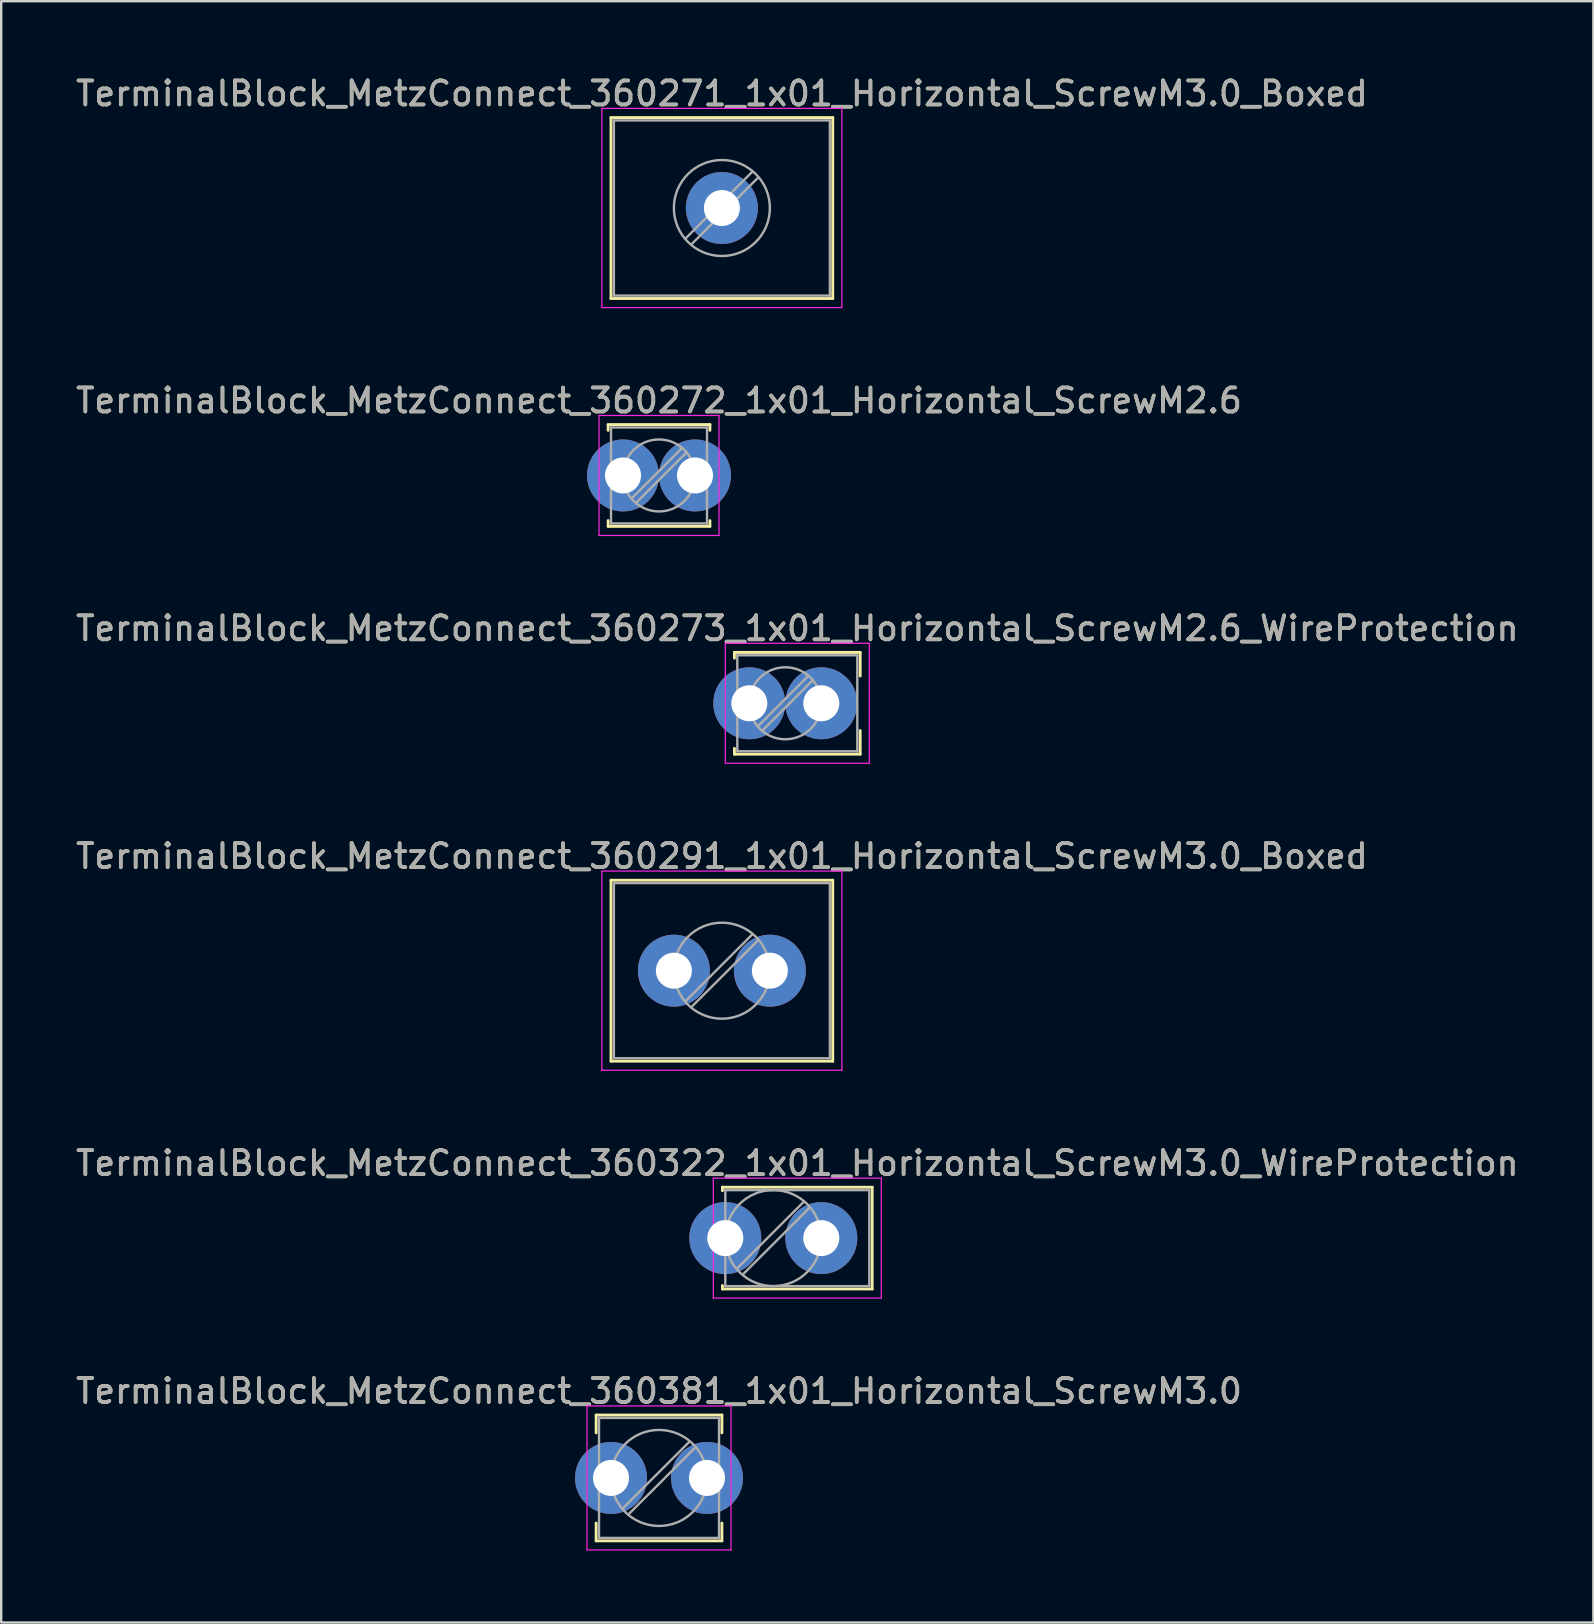
<source format=kicad_pcb>
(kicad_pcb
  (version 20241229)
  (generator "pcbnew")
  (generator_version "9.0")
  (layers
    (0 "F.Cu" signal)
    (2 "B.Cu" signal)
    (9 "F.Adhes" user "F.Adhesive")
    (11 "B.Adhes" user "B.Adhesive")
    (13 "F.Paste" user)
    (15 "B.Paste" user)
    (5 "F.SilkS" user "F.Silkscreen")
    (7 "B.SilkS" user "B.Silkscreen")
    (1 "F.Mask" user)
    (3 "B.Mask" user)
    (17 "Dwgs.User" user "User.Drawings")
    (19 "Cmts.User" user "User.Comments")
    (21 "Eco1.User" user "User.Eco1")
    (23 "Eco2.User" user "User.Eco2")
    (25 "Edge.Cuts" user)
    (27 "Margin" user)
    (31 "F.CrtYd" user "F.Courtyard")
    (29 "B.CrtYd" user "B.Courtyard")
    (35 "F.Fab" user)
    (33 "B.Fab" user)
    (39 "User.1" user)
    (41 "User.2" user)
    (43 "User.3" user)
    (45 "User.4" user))
  (footprint "TerminalBlock_MetzConnect_360322_1x01_Horizontal_ScrewM3.0_WireProtection"
    (layer "F.Cu")
    (at 27.173 48.541)
    (property "Reference" "TerminalBlock_MetzConnect_360322_1x01_Horizontal_ScrewM3.0_WireProtection" (at 3 -3.12 0) (layer "F.SilkS") (effects (font (size 1 1) (thickness 0.15))))
    (attr through_hole)
    (fp_line (start -0.12 -2.12) (end -0.12 -1.976) (stroke (width 0.12) (type solid)) (layer "F.SilkS"))
    (fp_line (start -0.12 -2.12) (end 6.12 -2.12) (stroke (width 0.12) (type solid)) (layer "F.SilkS"))
    (fp_line (start -0.12 1.976) (end -0.12 2.12) (stroke (width 0.12) (type solid)) (layer "F.SilkS"))
    (fp_line (start -0.12 2.12) (end 6.12 2.12) (stroke (width 0.12) (type solid)) (layer "F.SilkS"))
    (fp_line (start 6.12 -2.12) (end 6.12 2.12) (stroke (width 0.12) (type solid)) (layer "F.SilkS"))
    (fp_line (start -0.5 -2.5) (end -0.5 2.5) (stroke (width 0.05) (type solid)) (layer "F.CrtYd"))
    (fp_line (start -0.5 2.5) (end 6.5 2.5) (stroke (width 0.05) (type solid)) (layer "F.CrtYd"))
    (fp_line (start 6.5 -2.5) (end -0.5 -2.5) (stroke (width 0.05) (type solid)) (layer "F.CrtYd"))
    (fp_line (start 6.5 2.5) (end 6.5 -2.5) (stroke (width 0.05) (type solid)) (layer "F.CrtYd"))
    (fp_line (start 0 -2) (end 0 2) (stroke (width 0.1) (type solid)) (layer "F.Fab"))
    (fp_line (start 0 -2) (end 6 -2) (stroke (width 0.1) (type solid)) (layer "F.Fab"))
    (fp_line (start 0 2) (end 6 2) (stroke (width 0.1) (type solid)) (layer "F.Fab"))
    (fp_line (start 3.273 -1.517) (end 0.483 1.273) (stroke (width 0.1) (type solid)) (layer "F.Fab"))
    (fp_line (start 3.517 -1.273) (end 0.727 1.517) (stroke (width 0.1) (type solid)) (layer "F.Fab"))
    (fp_line (start 6 -2) (end 6 2) (stroke (width 0.1) (type solid)) (layer "F.Fab"))
    (fp_circle (center 2 0) (end 4 0) (stroke (width 0.1) (type solid)) (fill no) (layer "F.Fab"))
    (fp_text user "${REFERENCE}" (at 3 -3.12 0) (layer "F.Fab") (effects (font (size 1 1) (thickness 0.15))))
    (pad "1" thru_hole circle (at 0 0) (size 3 3) (drill 1.5) (layers "*.Cu" "*.Mask"))
    (pad "1" thru_hole circle (at 4 0) (size 3 3) (drill 1.5) (layers "*.Cu" "*.Mask")))
  (footprint "TerminalBlock_MetzConnect_360291_1x01_Horizontal_ScrewM3.0_Boxed"
    (layer "F.Cu")
    (at 25.03 37.398)
    (property "Reference" "TerminalBlock_MetzConnect_360291_1x01_Horizontal_ScrewM3.0_Boxed" (at 2 -4.77 0) (layer "F.SilkS") (effects (font (size 1 1) (thickness 0.15))))
    (attr through_hole)
    (fp_line (start -2.62 -3.77) (end -2.62 3.77) (stroke (width 0.12) (type solid)) (layer "F.SilkS"))
    (fp_line (start -2.62 -3.77) (end 6.62 -3.77) (stroke (width 0.12) (type solid)) (layer "F.SilkS"))
    (fp_line (start -2.62 3.77) (end 6.62 3.77) (stroke (width 0.12) (type solid)) (layer "F.SilkS"))
    (fp_line (start 6.62 -3.77) (end 6.62 3.77) (stroke (width 0.12) (type solid)) (layer "F.SilkS"))
    (fp_line (start -3 -4.15) (end -3 4.15) (stroke (width 0.05) (type solid)) (layer "F.CrtYd"))
    (fp_line (start -3 4.15) (end 7 4.15) (stroke (width 0.05) (type solid)) (layer "F.CrtYd"))
    (fp_line (start 7 -4.15) (end -3 -4.15) (stroke (width 0.05) (type solid)) (layer "F.CrtYd"))
    (fp_line (start 7 4.15) (end 7 -4.15) (stroke (width 0.05) (type solid)) (layer "F.CrtYd"))
    (fp_line (start -2.5 -3.65) (end -2.5 3.65) (stroke (width 0.1) (type solid)) (layer "F.Fab"))
    (fp_line (start -2.5 -3.65) (end 6.5 -3.65) (stroke (width 0.1) (type solid)) (layer "F.Fab"))
    (fp_line (start -2.5 3.65) (end 6.5 3.65) (stroke (width 0.1) (type solid)) (layer "F.Fab"))
    (fp_line (start 3.273 -1.517) (end 0.483 1.273) (stroke (width 0.1) (type solid)) (layer "F.Fab"))
    (fp_line (start 3.517 -1.273) (end 0.727 1.517) (stroke (width 0.1) (type solid)) (layer "F.Fab"))
    (fp_line (start 6.5 -3.65) (end 6.5 3.65) (stroke (width 0.1) (type solid)) (layer "F.Fab"))
    (fp_circle (center 2 0) (end 4 0) (stroke (width 0.1) (type solid)) (fill no) (layer "F.Fab"))
    (fp_text user "${REFERENCE}" (at 2 -4.77 0) (layer "F.Fab") (effects (font (size 1 1) (thickness 0.15))))
    (pad "1" thru_hole circle (at 0 0) (size 3 3) (drill 1.5) (layers "*.Cu" "*.Mask"))
    (pad "1" thru_hole circle (at 4 0) (size 3 3) (drill 1.5) (layers "*.Cu" "*.Mask")))
  (footprint "TerminalBlock_MetzConnect_360381_1x01_Horizontal_ScrewM3.0"
    (layer "F.Cu")
    (at 22.411 58.535)
    (property "Reference" "TerminalBlock_MetzConnect_360381_1x01_Horizontal_ScrewM3.0" (at 2 -3.62 0) (layer "F.SilkS") (effects (font (size 1 1) (thickness 0.15))))
    (attr through_hole)
    (fp_line (start -0.62 -2.62) (end -0.62 -1.88) (stroke (width 0.12) (type solid)) (layer "F.SilkS"))
    (fp_line (start -0.62 -2.62) (end 4.62 -2.62) (stroke (width 0.12) (type solid)) (layer "F.SilkS"))
    (fp_line (start -0.62 1.88) (end -0.62 2.62) (stroke (width 0.12) (type solid)) (layer "F.SilkS"))
    (fp_line (start -0.62 2.62) (end 4.62 2.62) (stroke (width 0.12) (type solid)) (layer "F.SilkS"))
    (fp_line (start 4.62 -2.62) (end 4.62 -1.88) (stroke (width 0.12) (type solid)) (layer "F.SilkS"))
    (fp_line (start 4.62 1.88) (end 4.62 2.62) (stroke (width 0.12) (type solid)) (layer "F.SilkS"))
    (fp_line (start -1 -3) (end -1 3) (stroke (width 0.05) (type solid)) (layer "F.CrtYd"))
    (fp_line (start -1 3) (end 5 3) (stroke (width 0.05) (type solid)) (layer "F.CrtYd"))
    (fp_line (start 5 -3) (end -1 -3) (stroke (width 0.05) (type solid)) (layer "F.CrtYd"))
    (fp_line (start 5 3) (end 5 -3) (stroke (width 0.05) (type solid)) (layer "F.CrtYd"))
    (fp_line (start -0.5 -2.5) (end -0.5 2.5) (stroke (width 0.1) (type solid)) (layer "F.Fab"))
    (fp_line (start -0.5 -2.5) (end 4.5 -2.5) (stroke (width 0.1) (type solid)) (layer "F.Fab"))
    (fp_line (start -0.5 2.5) (end 4.5 2.5) (stroke (width 0.1) (type solid)) (layer "F.Fab"))
    (fp_line (start 3.273 -1.517) (end 0.483 1.273) (stroke (width 0.1) (type solid)) (layer "F.Fab"))
    (fp_line (start 3.517 -1.273) (end 0.727 1.517) (stroke (width 0.1) (type solid)) (layer "F.Fab"))
    (fp_line (start 4.5 -2.5) (end 4.5 2.5) (stroke (width 0.1) (type solid)) (layer "F.Fab"))
    (fp_circle (center 2 0) (end 4 0) (stroke (width 0.1) (type solid)) (fill no) (layer "F.Fab"))
    (fp_text user "${REFERENCE}" (at 2 -3.62 0) (layer "F.Fab") (effects (font (size 1 1) (thickness 0.15))))
    (pad "1" thru_hole circle (at 0 0) (size 3 3) (drill 1.5) (layers "*.Cu" "*.Mask"))
    (pad "1" thru_hole circle (at 4 0) (size 3 3) (drill 1.5) (layers "*.Cu" "*.Mask")))
  (footprint "TerminalBlock_MetzConnect_360271_1x01_Horizontal_ScrewM3.0_Boxed"
    (layer "F.Cu")
    (at 27.03 5.618)
    (property "Reference" "TerminalBlock_MetzConnect_360271_1x01_Horizontal_ScrewM3.0_Boxed" (at 0 -4.77 0) (layer "F.SilkS") (effects (font (size 1 1) (thickness 0.15))))
    (attr through_hole)
    (fp_line (start -4.62 -3.77) (end -4.62 3.77) (stroke (width 0.12) (type solid)) (layer "F.SilkS"))
    (fp_line (start -4.62 -3.77) (end 4.62 -3.77) (stroke (width 0.12) (type solid)) (layer "F.SilkS"))
    (fp_line (start -4.62 3.77) (end 4.62 3.77) (stroke (width 0.12) (type solid)) (layer "F.SilkS"))
    (fp_line (start 4.62 -3.77) (end 4.62 3.77) (stroke (width 0.12) (type solid)) (layer "F.SilkS"))
    (fp_line (start -5 -4.15) (end -5 4.15) (stroke (width 0.05) (type solid)) (layer "F.CrtYd"))
    (fp_line (start -5 4.15) (end 5 4.15) (stroke (width 0.05) (type solid)) (layer "F.CrtYd"))
    (fp_line (start 5 -4.15) (end -5 -4.15) (stroke (width 0.05) (type solid)) (layer "F.CrtYd"))
    (fp_line (start 5 4.15) (end 5 -4.15) (stroke (width 0.05) (type solid)) (layer "F.CrtYd"))
    (fp_line (start -4.5 -3.65) (end -4.5 3.65) (stroke (width 0.1) (type solid)) (layer "F.Fab"))
    (fp_line (start -4.5 -3.65) (end 4.5 -3.65) (stroke (width 0.1) (type solid)) (layer "F.Fab"))
    (fp_line (start -4.5 3.65) (end 4.5 3.65) (stroke (width 0.1) (type solid)) (layer "F.Fab"))
    (fp_line (start 1.273 -1.517) (end -1.517 1.273) (stroke (width 0.1) (type solid)) (layer "F.Fab"))
    (fp_line (start 1.517 -1.273) (end -1.273 1.517) (stroke (width 0.1) (type solid)) (layer "F.Fab"))
    (fp_line (start 4.5 -3.65) (end 4.5 3.65) (stroke (width 0.1) (type solid)) (layer "F.Fab"))
    (fp_circle (center 0 0) (end 2 0) (stroke (width 0.1) (type solid)) (fill no) (layer "F.Fab"))
    (fp_text user "${REFERENCE}" (at 0 -4.77 0) (layer "F.Fab") (effects (font (size 1 1) (thickness 0.15))))
    (pad "1" thru_hole circle (at 0 0) (size 3 3) (drill 1.5) (layers "*.Cu" "*.Mask")))
  (footprint "TerminalBlock_MetzConnect_360272_1x01_Horizontal_ScrewM2.6"
    (layer "F.Cu")
    (at 22.911 16.762)
    (property "Reference" "TerminalBlock_MetzConnect_360272_1x01_Horizontal_ScrewM2.6" (at 1.5 -3.12 0) (layer "F.SilkS") (effects (font (size 1 1) (thickness 0.15))))
    (attr through_hole)
    (fp_line (start -0.62 -2.12) (end -0.62 -1.88) (stroke (width 0.12) (type solid)) (layer "F.SilkS"))
    (fp_line (start -0.62 -2.12) (end 3.62 -2.12) (stroke (width 0.12) (type solid)) (layer "F.SilkS"))
    (fp_line (start -0.62 1.88) (end -0.62 2.12) (stroke (width 0.12) (type solid)) (layer "F.SilkS"))
    (fp_line (start -0.62 2.12) (end 3.62 2.12) (stroke (width 0.12) (type solid)) (layer "F.SilkS"))
    (fp_line (start 3.62 -2.12) (end 3.62 -1.88) (stroke (width 0.12) (type solid)) (layer "F.SilkS"))
    (fp_line (start 3.62 1.88) (end 3.62 2.12) (stroke (width 0.12) (type solid)) (layer "F.SilkS"))
    (fp_line (start -1 -2.5) (end -1 2.5) (stroke (width 0.05) (type solid)) (layer "F.CrtYd"))
    (fp_line (start -1 2.5) (end 4 2.5) (stroke (width 0.05) (type solid)) (layer "F.CrtYd"))
    (fp_line (start 4 -2.5) (end -1 -2.5) (stroke (width 0.05) (type solid)) (layer "F.CrtYd"))
    (fp_line (start 4 2.5) (end 4 -2.5) (stroke (width 0.05) (type solid)) (layer "F.CrtYd"))
    (fp_line (start -0.5 -2) (end -0.5 2) (stroke (width 0.1) (type solid)) (layer "F.Fab"))
    (fp_line (start -0.5 -2) (end 3.5 -2) (stroke (width 0.1) (type solid)) (layer "F.Fab"))
    (fp_line (start -0.5 2) (end 3.5 2) (stroke (width 0.1) (type solid)) (layer "F.Fab"))
    (fp_line (start 2.455 -1.138) (end 0.362 0.955) (stroke (width 0.1) (type solid)) (layer "F.Fab"))
    (fp_line (start 2.638 -0.955) (end 0.545 1.138) (stroke (width 0.1) (type solid)) (layer "F.Fab"))
    (fp_line (start 3.5 -2) (end 3.5 2) (stroke (width 0.1) (type solid)) (layer "F.Fab"))
    (fp_circle (center 1.5 0) (end 3 0) (stroke (width 0.1) (type solid)) (fill no) (layer "F.Fab"))
    (fp_text user "${REFERENCE}" (at 1.5 -3.12 0) (layer "F.Fab") (effects (font (size 1 1) (thickness 0.15))))
    (pad "1" thru_hole circle (at 0 0) (size 3 3) (drill 1.5) (layers "*.Cu" "*.Mask"))
    (pad "1" thru_hole circle (at 3 0) (size 3 3) (drill 1.5) (layers "*.Cu" "*.Mask")))
  (footprint "TerminalBlock_MetzConnect_360273_1x01_Horizontal_ScrewM2.6_WireProtection"
    (layer "F.Cu")
    (at 28.173 26.255)
    (property "Reference" "TerminalBlock_MetzConnect_360273_1x01_Horizontal_ScrewM2.6_WireProtection" (at 2 -3.12 0) (layer "F.SilkS") (effects (font (size 1 1) (thickness 0.15))))
    (attr through_hole)
    (fp_line (start -0.62 -2.12) (end -0.62 -1.88) (stroke (width 0.12) (type solid)) (layer "F.SilkS"))
    (fp_line (start -0.62 -2.12) (end 4.62 -2.12) (stroke (width 0.12) (type solid)) (layer "F.SilkS"))
    (fp_line (start -0.62 1.88) (end -0.62 2.12) (stroke (width 0.12) (type solid)) (layer "F.SilkS"))
    (fp_line (start -0.62 2.12) (end 4.62 2.12) (stroke (width 0.12) (type solid)) (layer "F.SilkS"))
    (fp_line (start 4.62 -2.12) (end 4.62 -1.138) (stroke (width 0.12) (type solid)) (layer "F.SilkS"))
    (fp_line (start 4.62 1.138) (end 4.62 2.12) (stroke (width 0.12) (type solid)) (layer "F.SilkS"))
    (fp_line (start -1 -2.5) (end -1 2.5) (stroke (width 0.05) (type solid)) (layer "F.CrtYd"))
    (fp_line (start -1 2.5) (end 5 2.5) (stroke (width 0.05) (type solid)) (layer "F.CrtYd"))
    (fp_line (start 5 -2.5) (end -1 -2.5) (stroke (width 0.05) (type solid)) (layer "F.CrtYd"))
    (fp_line (start 5 2.5) (end 5 -2.5) (stroke (width 0.05) (type solid)) (layer "F.CrtYd"))
    (fp_line (start -0.5 -2) (end -0.5 2) (stroke (width 0.1) (type solid)) (layer "F.Fab"))
    (fp_line (start -0.5 -2) (end 4.5 -2) (stroke (width 0.1) (type solid)) (layer "F.Fab"))
    (fp_line (start -0.5 2) (end 4.5 2) (stroke (width 0.1) (type solid)) (layer "F.Fab"))
    (fp_line (start 2.455 -1.138) (end 0.362 0.955) (stroke (width 0.1) (type solid)) (layer "F.Fab"))
    (fp_line (start 2.638 -0.955) (end 0.545 1.138) (stroke (width 0.1) (type solid)) (layer "F.Fab"))
    (fp_line (start 4.5 -2) (end 4.5 2) (stroke (width 0.1) (type solid)) (layer "F.Fab"))
    (fp_circle (center 1.5 0) (end 3 0) (stroke (width 0.1) (type solid)) (fill no) (layer "F.Fab"))
    (fp_text user "${REFERENCE}" (at 2 -3.12 0) (layer "F.Fab") (effects (font (size 1 1) (thickness 0.15))))
    (pad "1" thru_hole circle (at 0 0) (size 3 3) (drill 1.5) (layers "*.Cu" "*.Mask"))
    (pad "1" thru_hole circle (at 3 0) (size 3 3) (drill 1.5) (layers "*.Cu" "*.Mask")))
  (gr_rect
    (start -3 -3)
    (end 63.345 64.559)
    (stroke (width 0.1) (type default))
    (fill no)
    (layer "Edge.Cuts")))
</source>
